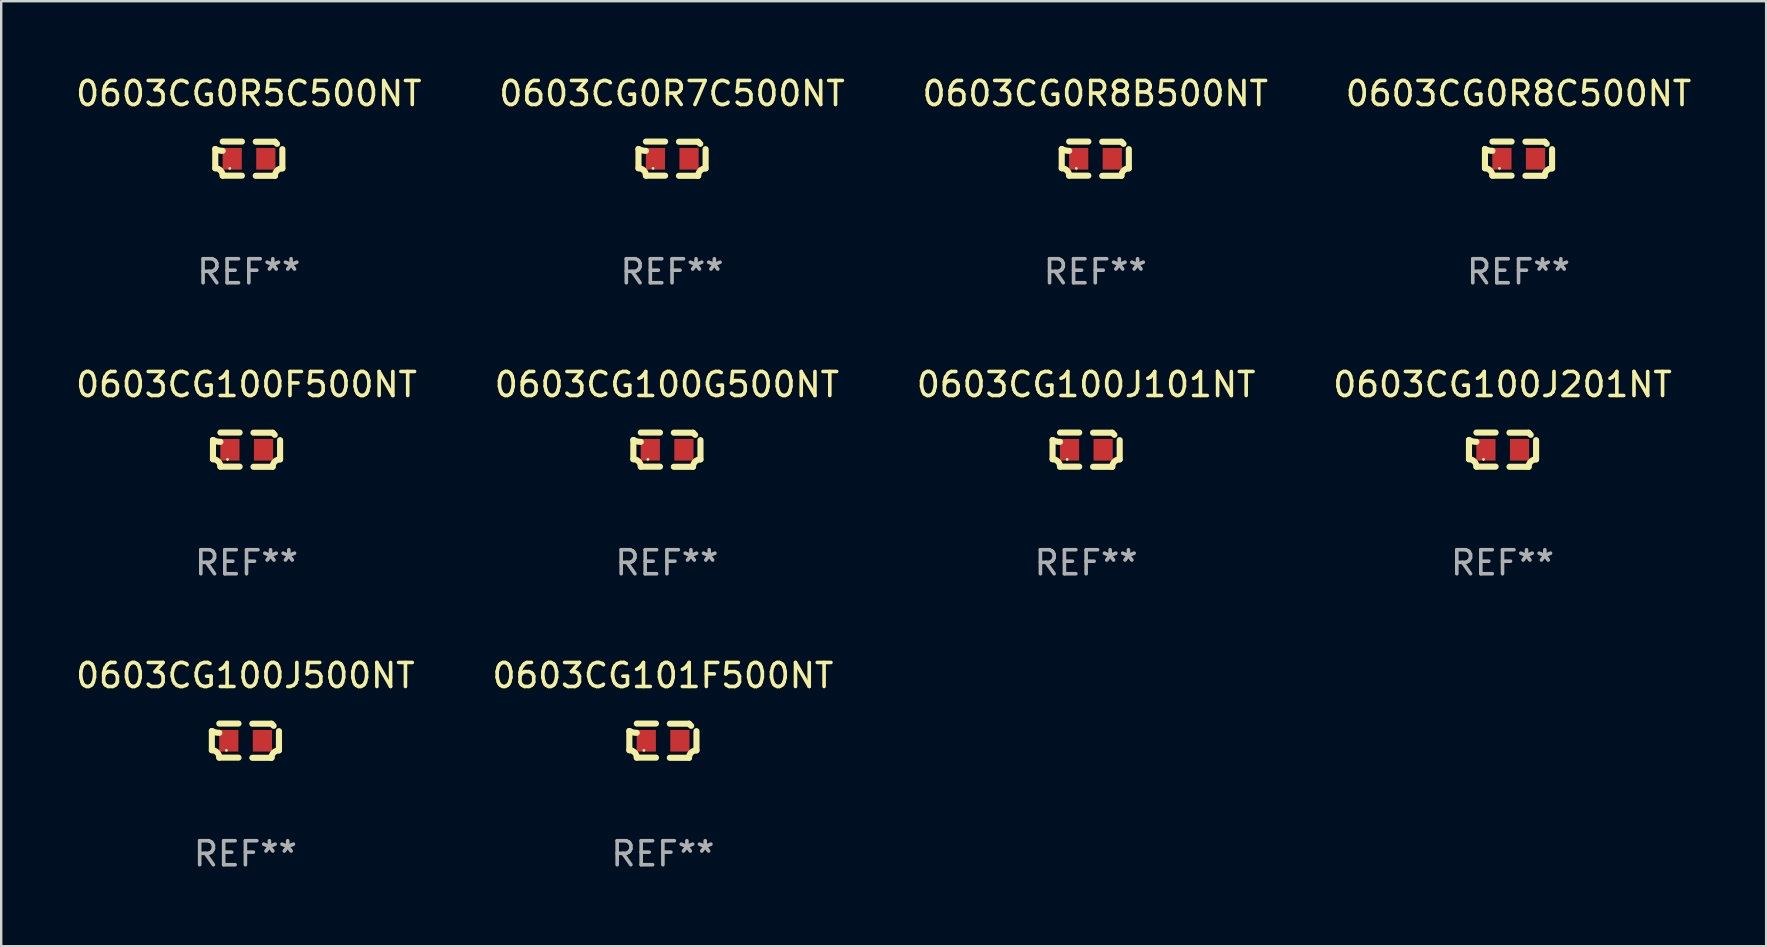
<source format=kicad_pcb>
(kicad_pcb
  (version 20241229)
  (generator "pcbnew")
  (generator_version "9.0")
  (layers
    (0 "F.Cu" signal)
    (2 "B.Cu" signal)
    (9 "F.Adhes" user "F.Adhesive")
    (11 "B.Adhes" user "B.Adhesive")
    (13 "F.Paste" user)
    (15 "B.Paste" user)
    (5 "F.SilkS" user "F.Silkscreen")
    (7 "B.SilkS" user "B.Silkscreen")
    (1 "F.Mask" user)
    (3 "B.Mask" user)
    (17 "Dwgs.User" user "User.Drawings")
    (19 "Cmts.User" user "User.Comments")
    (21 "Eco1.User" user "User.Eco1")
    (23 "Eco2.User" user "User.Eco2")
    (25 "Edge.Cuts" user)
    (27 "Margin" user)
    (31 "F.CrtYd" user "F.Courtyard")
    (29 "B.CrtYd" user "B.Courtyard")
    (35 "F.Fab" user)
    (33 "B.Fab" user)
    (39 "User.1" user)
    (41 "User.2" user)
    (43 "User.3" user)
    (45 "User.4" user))
  (footprint "0603CG100J500NT"
    (layer "F.Cu")
    (at 7.173 27.805)
    (property "Reference" "0603CG100J500NT" (at 0 -2.713 0) (layer "F.SilkS") (effects (font (size 1 1) (thickness 0.15))))
    (attr through_hole)
    (fp_line (start -1.398 -0.403) (end -1.398 0.397) (stroke (width 0.254) (type solid)) (layer "F.SilkS"))
    (fp_line (start -0.288 -0.713) (end -1.088 -0.713) (stroke (width 0.254) (type solid)) (layer "F.SilkS"))
    (fp_line (start -0.288 0.707) (end -1.088 0.707) (stroke (width 0.254) (type solid)) (layer "F.SilkS"))
    (fp_line (start 0.288 -0.707) (end 1.088 -0.707) (stroke (width 0.254) (type solid)) (layer "F.SilkS"))
    (fp_line (start 0.288 0.713) (end 1.088 0.713) (stroke (width 0.254) (type solid)) (layer "F.SilkS"))
    (fp_line (start 1.398 -0.397) (end 1.398 0.403) (stroke (width 0.254) (type solid)) (layer "F.SilkS"))
    (fp_arc (start -1.397789 0.397066) (mid -1.178701 0.487826) (end -1.08796 0.706922) (stroke (width 0.254001) (type solid)) (layer "F.SilkS"))
    (fp_arc (start -1.08796 -0.327176) (mid -1.247436 -0.346384) (end -1.39779 -0.402908) (stroke (width 0.254001) (type solid)) (layer "F.SilkS"))
    (fp_arc (start 1.087909 0.712738) (mid 1.178656 0.493655) (end 1.397739 0.402908) (stroke (width 0.254001) (type solid)) (layer "F.SilkS"))
    (fp_arc (start 1.175925 -0.618926) (mid 1.131917 -0.662923) (end 1.08791 -0.706922) (stroke (width 0.254001) (type solid)) (layer "F.SilkS"))
    (fp_circle (center -0.792 0.403) (end -0.762 0.403) (stroke (width 0.06) (type solid)) (fill no) (layer "F.SilkS"))
    (fp_text user "REF**" (at 0 4.713 0) (layer "F.Fab") (effects (font (size 1 1) (thickness 0.15))))
    (pad "1" smd rect (at -0.692 0.003) (size 0.8 0.9) (layers "F.Cu" "F.Mask" "F.Paste"))
    (pad "2" smd rect (at 0.708 0.003) (size 0.8 0.9) (layers "F.Cu" "F.Mask" "F.Paste")))
  (footprint "0603CG100J201NT"
    (layer "F.Cu")
    (at 59.542 15.683)
    (property "Reference" "0603CG100J201NT" (at 0 -2.713 0) (layer "F.SilkS") (effects (font (size 1 1) (thickness 0.15))))
    (attr through_hole)
    (fp_line (start -1.398 -0.403) (end -1.398 0.397) (stroke (width 0.254) (type solid)) (layer "F.SilkS"))
    (fp_line (start -0.288 -0.713) (end -1.088 -0.713) (stroke (width 0.254) (type solid)) (layer "F.SilkS"))
    (fp_line (start -0.288 0.707) (end -1.088 0.707) (stroke (width 0.254) (type solid)) (layer "F.SilkS"))
    (fp_line (start 0.288 -0.707) (end 1.088 -0.707) (stroke (width 0.254) (type solid)) (layer "F.SilkS"))
    (fp_line (start 0.288 0.713) (end 1.088 0.713) (stroke (width 0.254) (type solid)) (layer "F.SilkS"))
    (fp_line (start 1.398 -0.397) (end 1.398 0.403) (stroke (width 0.254) (type solid)) (layer "F.SilkS"))
    (fp_arc (start -1.397789 0.397066) (mid -1.178701 0.487826) (end -1.08796 0.706922) (stroke (width 0.254001) (type solid)) (layer "F.SilkS"))
    (fp_arc (start -1.08796 -0.327176) (mid -1.247436 -0.346384) (end -1.39779 -0.402908) (stroke (width 0.254001) (type solid)) (layer "F.SilkS"))
    (fp_arc (start 1.087909 0.712738) (mid 1.178656 0.493655) (end 1.397739 0.402908) (stroke (width 0.254001) (type solid)) (layer "F.SilkS"))
    (fp_arc (start 1.175925 -0.618926) (mid 1.131917 -0.662923) (end 1.08791 -0.706922) (stroke (width 0.254001) (type solid)) (layer "F.SilkS"))
    (fp_circle (center -0.792 0.403) (end -0.762 0.403) (stroke (width 0.06) (type solid)) (fill no) (layer "F.SilkS"))
    (fp_text user "REF**" (at 0 4.713 0) (layer "F.Fab") (effects (font (size 1 1) (thickness 0.15))))
    (pad "1" smd rect (at -0.692 0.003) (size 0.8 0.9) (layers "F.Cu" "F.Mask" "F.Paste"))
    (pad "2" smd rect (at 0.708 0.003) (size 0.8 0.9) (layers "F.Cu" "F.Mask" "F.Paste")))
  (footprint "0603CG0R5C500NT"
    (layer "F.Cu")
    (at 7.315 3.561)
    (property "Reference" "0603CG0R5C500NT" (at 0 -2.713 0) (layer "F.SilkS") (effects (font (size 1 1) (thickness 0.15))))
    (attr through_hole)
    (fp_line (start -1.398 -0.403) (end -1.398 0.397) (stroke (width 0.254) (type solid)) (layer "F.SilkS"))
    (fp_line (start -0.288 -0.713) (end -1.088 -0.713) (stroke (width 0.254) (type solid)) (layer "F.SilkS"))
    (fp_line (start -0.288 0.707) (end -1.088 0.707) (stroke (width 0.254) (type solid)) (layer "F.SilkS"))
    (fp_line (start 0.288 -0.707) (end 1.088 -0.707) (stroke (width 0.254) (type solid)) (layer "F.SilkS"))
    (fp_line (start 0.288 0.713) (end 1.088 0.713) (stroke (width 0.254) (type solid)) (layer "F.SilkS"))
    (fp_line (start 1.398 -0.397) (end 1.398 0.403) (stroke (width 0.254) (type solid)) (layer "F.SilkS"))
    (fp_arc (start -1.397789 0.397066) (mid -1.178701 0.487826) (end -1.08796 0.706922) (stroke (width 0.254001) (type solid)) (layer "F.SilkS"))
    (fp_arc (start -1.08796 -0.327176) (mid -1.247436 -0.346384) (end -1.39779 -0.402908) (stroke (width 0.254001) (type solid)) (layer "F.SilkS"))
    (fp_arc (start 1.087909 0.712738) (mid 1.178656 0.493655) (end 1.397739 0.402908) (stroke (width 0.254001) (type solid)) (layer "F.SilkS"))
    (fp_arc (start 1.175925 -0.618926) (mid 1.131917 -0.662923) (end 1.08791 -0.706922) (stroke (width 0.254001) (type solid)) (layer "F.SilkS"))
    (fp_circle (center -0.792 0.403) (end -0.762 0.403) (stroke (width 0.06) (type solid)) (fill no) (layer "F.SilkS"))
    (fp_text user "REF**" (at 0 4.713 0) (layer "F.Fab") (effects (font (size 1 1) (thickness 0.15))))
    (pad "1" smd rect (at -0.692 0.003) (size 0.8 0.9) (layers "F.Cu" "F.Mask" "F.Paste"))
    (pad "2" smd rect (at 0.708 0.003) (size 0.8 0.9) (layers "F.Cu" "F.Mask" "F.Paste")))
  (footprint "0603CG0R8C500NT"
    (layer "F.Cu")
    (at 60.208 3.561)
    (property "Reference" "0603CG0R8C500NT" (at 0 -2.713 0) (layer "F.SilkS") (effects (font (size 1 1) (thickness 0.15))))
    (attr through_hole)
    (fp_line (start -1.398 -0.403) (end -1.398 0.397) (stroke (width 0.254) (type solid)) (layer "F.SilkS"))
    (fp_line (start -0.288 -0.713) (end -1.088 -0.713) (stroke (width 0.254) (type solid)) (layer "F.SilkS"))
    (fp_line (start -0.288 0.707) (end -1.088 0.707) (stroke (width 0.254) (type solid)) (layer "F.SilkS"))
    (fp_line (start 0.288 -0.707) (end 1.088 -0.707) (stroke (width 0.254) (type solid)) (layer "F.SilkS"))
    (fp_line (start 0.288 0.713) (end 1.088 0.713) (stroke (width 0.254) (type solid)) (layer "F.SilkS"))
    (fp_line (start 1.398 -0.397) (end 1.398 0.403) (stroke (width 0.254) (type solid)) (layer "F.SilkS"))
    (fp_arc (start -1.397789 0.397066) (mid -1.178701 0.487826) (end -1.08796 0.706922) (stroke (width 0.254001) (type solid)) (layer "F.SilkS"))
    (fp_arc (start -1.08796 -0.327176) (mid -1.247436 -0.346384) (end -1.39779 -0.402908) (stroke (width 0.254001) (type solid)) (layer "F.SilkS"))
    (fp_arc (start 1.087909 0.712738) (mid 1.178656 0.493655) (end 1.397739 0.402908) (stroke (width 0.254001) (type solid)) (layer "F.SilkS"))
    (fp_arc (start 1.175925 -0.618926) (mid 1.131917 -0.662923) (end 1.08791 -0.706922) (stroke (width 0.254001) (type solid)) (layer "F.SilkS"))
    (fp_circle (center -0.792 0.403) (end -0.762 0.403) (stroke (width 0.06) (type solid)) (fill no) (layer "F.SilkS"))
    (fp_text user "REF**" (at 0 4.713 0) (layer "F.Fab") (effects (font (size 1 1) (thickness 0.15))))
    (pad "1" smd rect (at -0.692 0.003) (size 0.8 0.9) (layers "F.Cu" "F.Mask" "F.Paste"))
    (pad "2" smd rect (at 0.708 0.003) (size 0.8 0.9) (layers "F.Cu" "F.Mask" "F.Paste")))
  (footprint "0603CG101F500NT"
    (layer "F.Cu")
    (at 24.565 27.805)
    (property "Reference" "0603CG101F500NT" (at 0 -2.713 0) (layer "F.SilkS") (effects (font (size 1 1) (thickness 0.15))))
    (attr through_hole)
    (fp_line (start -1.398 -0.403) (end -1.398 0.397) (stroke (width 0.254) (type solid)) (layer "F.SilkS"))
    (fp_line (start -0.288 -0.713) (end -1.088 -0.713) (stroke (width 0.254) (type solid)) (layer "F.SilkS"))
    (fp_line (start -0.288 0.707) (end -1.088 0.707) (stroke (width 0.254) (type solid)) (layer "F.SilkS"))
    (fp_line (start 0.288 -0.707) (end 1.088 -0.707) (stroke (width 0.254) (type solid)) (layer "F.SilkS"))
    (fp_line (start 0.288 0.713) (end 1.088 0.713) (stroke (width 0.254) (type solid)) (layer "F.SilkS"))
    (fp_line (start 1.398 -0.397) (end 1.398 0.403) (stroke (width 0.254) (type solid)) (layer "F.SilkS"))
    (fp_arc (start -1.397789 0.397066) (mid -1.178701 0.487826) (end -1.08796 0.706922) (stroke (width 0.254001) (type solid)) (layer "F.SilkS"))
    (fp_arc (start -1.08796 -0.327176) (mid -1.247436 -0.346384) (end -1.39779 -0.402908) (stroke (width 0.254001) (type solid)) (layer "F.SilkS"))
    (fp_arc (start 1.087909 0.712738) (mid 1.178656 0.493655) (end 1.397739 0.402908) (stroke (width 0.254001) (type solid)) (layer "F.SilkS"))
    (fp_arc (start 1.175925 -0.618926) (mid 1.131917 -0.662923) (end 1.08791 -0.706922) (stroke (width 0.254001) (type solid)) (layer "F.SilkS"))
    (fp_circle (center -0.792 0.403) (end -0.762 0.403) (stroke (width 0.06) (type solid)) (fill no) (layer "F.SilkS"))
    (fp_text user "REF**" (at 0 4.713 0) (layer "F.Fab") (effects (font (size 1 1) (thickness 0.15))))
    (pad "1" smd rect (at -0.692 0.003) (size 0.8 0.9) (layers "F.Cu" "F.Mask" "F.Paste"))
    (pad "2" smd rect (at 0.708 0.003) (size 0.8 0.9) (layers "F.Cu" "F.Mask" "F.Paste")))
  (footprint "0603CG0R7C500NT"
    (layer "F.Cu")
    (at 24.946 3.561)
    (property "Reference" "0603CG0R7C500NT" (at 0 -2.713 0) (layer "F.SilkS") (effects (font (size 1 1) (thickness 0.15))))
    (attr through_hole)
    (fp_line (start -1.398 -0.403) (end -1.398 0.397) (stroke (width 0.254) (type solid)) (layer "F.SilkS"))
    (fp_line (start -0.288 -0.713) (end -1.088 -0.713) (stroke (width 0.254) (type solid)) (layer "F.SilkS"))
    (fp_line (start -0.288 0.707) (end -1.088 0.707) (stroke (width 0.254) (type solid)) (layer "F.SilkS"))
    (fp_line (start 0.288 -0.707) (end 1.088 -0.707) (stroke (width 0.254) (type solid)) (layer "F.SilkS"))
    (fp_line (start 0.288 0.713) (end 1.088 0.713) (stroke (width 0.254) (type solid)) (layer "F.SilkS"))
    (fp_line (start 1.398 -0.397) (end 1.398 0.403) (stroke (width 0.254) (type solid)) (layer "F.SilkS"))
    (fp_arc (start -1.397789 0.397066) (mid -1.178701 0.487826) (end -1.08796 0.706922) (stroke (width 0.254001) (type solid)) (layer "F.SilkS"))
    (fp_arc (start -1.08796 -0.327176) (mid -1.247436 -0.346384) (end -1.39779 -0.402908) (stroke (width 0.254001) (type solid)) (layer "F.SilkS"))
    (fp_arc (start 1.087909 0.712738) (mid 1.178656 0.493655) (end 1.397739 0.402908) (stroke (width 0.254001) (type solid)) (layer "F.SilkS"))
    (fp_arc (start 1.175925 -0.618926) (mid 1.131917 -0.662923) (end 1.08791 -0.706922) (stroke (width 0.254001) (type solid)) (layer "F.SilkS"))
    (fp_circle (center -0.792 0.403) (end -0.762 0.403) (stroke (width 0.06) (type solid)) (fill no) (layer "F.SilkS"))
    (fp_text user "REF**" (at 0 4.713 0) (layer "F.Fab") (effects (font (size 1 1) (thickness 0.15))))
    (pad "1" smd rect (at -0.692 0.003) (size 0.8 0.9) (layers "F.Cu" "F.Mask" "F.Paste"))
    (pad "2" smd rect (at 0.708 0.003) (size 0.8 0.9) (layers "F.Cu" "F.Mask" "F.Paste")))
  (footprint "0603CG100G500NT"
    (layer "F.Cu")
    (at 24.732 15.683)
    (property "Reference" "0603CG100G500NT" (at 0 -2.713 0) (layer "F.SilkS") (effects (font (size 1 1) (thickness 0.15))))
    (attr through_hole)
    (fp_line (start -1.398 -0.403) (end -1.398 0.397) (stroke (width 0.254) (type solid)) (layer "F.SilkS"))
    (fp_line (start -0.288 -0.713) (end -1.088 -0.713) (stroke (width 0.254) (type solid)) (layer "F.SilkS"))
    (fp_line (start -0.288 0.707) (end -1.088 0.707) (stroke (width 0.254) (type solid)) (layer "F.SilkS"))
    (fp_line (start 0.288 -0.707) (end 1.088 -0.707) (stroke (width 0.254) (type solid)) (layer "F.SilkS"))
    (fp_line (start 0.288 0.713) (end 1.088 0.713) (stroke (width 0.254) (type solid)) (layer "F.SilkS"))
    (fp_line (start 1.398 -0.397) (end 1.398 0.403) (stroke (width 0.254) (type solid)) (layer "F.SilkS"))
    (fp_arc (start -1.397789 0.397066) (mid -1.178701 0.487826) (end -1.08796 0.706922) (stroke (width 0.254001) (type solid)) (layer "F.SilkS"))
    (fp_arc (start -1.08796 -0.327176) (mid -1.247436 -0.346384) (end -1.39779 -0.402908) (stroke (width 0.254001) (type solid)) (layer "F.SilkS"))
    (fp_arc (start 1.087909 0.712738) (mid 1.178656 0.493655) (end 1.397739 0.402908) (stroke (width 0.254001) (type solid)) (layer "F.SilkS"))
    (fp_arc (start 1.175925 -0.618926) (mid 1.131917 -0.662923) (end 1.08791 -0.706922) (stroke (width 0.254001) (type solid)) (layer "F.SilkS"))
    (fp_circle (center -0.792 0.403) (end -0.762 0.403) (stroke (width 0.06) (type solid)) (fill no) (layer "F.SilkS"))
    (fp_text user "REF**" (at 0 4.713 0) (layer "F.Fab") (effects (font (size 1 1) (thickness 0.15))))
    (pad "1" smd rect (at -0.692 0.003) (size 0.8 0.9) (layers "F.Cu" "F.Mask" "F.Paste"))
    (pad "2" smd rect (at 0.708 0.003) (size 0.8 0.9) (layers "F.Cu" "F.Mask" "F.Paste")))
  (footprint "0603CG100J101NT"
    (layer "F.Cu")
    (at 42.196 15.683)
    (property "Reference" "0603CG100J101NT" (at 0 -2.713 0) (layer "F.SilkS") (effects (font (size 1 1) (thickness 0.15))))
    (attr through_hole)
    (fp_line (start -1.398 -0.403) (end -1.398 0.397) (stroke (width 0.254) (type solid)) (layer "F.SilkS"))
    (fp_line (start -0.288 -0.713) (end -1.088 -0.713) (stroke (width 0.254) (type solid)) (layer "F.SilkS"))
    (fp_line (start -0.288 0.707) (end -1.088 0.707) (stroke (width 0.254) (type solid)) (layer "F.SilkS"))
    (fp_line (start 0.288 -0.707) (end 1.088 -0.707) (stroke (width 0.254) (type solid)) (layer "F.SilkS"))
    (fp_line (start 0.288 0.713) (end 1.088 0.713) (stroke (width 0.254) (type solid)) (layer "F.SilkS"))
    (fp_line (start 1.398 -0.397) (end 1.398 0.403) (stroke (width 0.254) (type solid)) (layer "F.SilkS"))
    (fp_arc (start -1.397789 0.397066) (mid -1.178701 0.487826) (end -1.08796 0.706922) (stroke (width 0.254001) (type solid)) (layer "F.SilkS"))
    (fp_arc (start -1.08796 -0.327176) (mid -1.247436 -0.346384) (end -1.39779 -0.402908) (stroke (width 0.254001) (type solid)) (layer "F.SilkS"))
    (fp_arc (start 1.087909 0.712738) (mid 1.178656 0.493655) (end 1.397739 0.402908) (stroke (width 0.254001) (type solid)) (layer "F.SilkS"))
    (fp_arc (start 1.175925 -0.618926) (mid 1.131917 -0.662923) (end 1.08791 -0.706922) (stroke (width 0.254001) (type solid)) (layer "F.SilkS"))
    (fp_circle (center -0.792 0.403) (end -0.762 0.403) (stroke (width 0.06) (type solid)) (fill no) (layer "F.SilkS"))
    (fp_text user "REF**" (at 0 4.713 0) (layer "F.Fab") (effects (font (size 1 1) (thickness 0.15))))
    (pad "1" smd rect (at -0.692 0.003) (size 0.8 0.9) (layers "F.Cu" "F.Mask" "F.Paste"))
    (pad "2" smd rect (at 0.708 0.003) (size 0.8 0.9) (layers "F.Cu" "F.Mask" "F.Paste")))
  (footprint "0603CG100F500NT"
    (layer "F.Cu")
    (at 7.22 15.683)
    (property "Reference" "0603CG100F500NT" (at 0 -2.713 0) (layer "F.SilkS") (effects (font (size 1 1) (thickness 0.15))))
    (attr through_hole)
    (fp_line (start -1.398 -0.403) (end -1.398 0.397) (stroke (width 0.254) (type solid)) (layer "F.SilkS"))
    (fp_line (start -0.288 -0.713) (end -1.088 -0.713) (stroke (width 0.254) (type solid)) (layer "F.SilkS"))
    (fp_line (start -0.288 0.707) (end -1.088 0.707) (stroke (width 0.254) (type solid)) (layer "F.SilkS"))
    (fp_line (start 0.288 -0.707) (end 1.088 -0.707) (stroke (width 0.254) (type solid)) (layer "F.SilkS"))
    (fp_line (start 0.288 0.713) (end 1.088 0.713) (stroke (width 0.254) (type solid)) (layer "F.SilkS"))
    (fp_line (start 1.398 -0.397) (end 1.398 0.403) (stroke (width 0.254) (type solid)) (layer "F.SilkS"))
    (fp_arc (start -1.397789 0.397066) (mid -1.178701 0.487826) (end -1.08796 0.706922) (stroke (width 0.254001) (type solid)) (layer "F.SilkS"))
    (fp_arc (start -1.08796 -0.327176) (mid -1.247436 -0.346384) (end -1.39779 -0.402908) (stroke (width 0.254001) (type solid)) (layer "F.SilkS"))
    (fp_arc (start 1.087909 0.712738) (mid 1.178656 0.493655) (end 1.397739 0.402908) (stroke (width 0.254001) (type solid)) (layer "F.SilkS"))
    (fp_arc (start 1.175925 -0.618926) (mid 1.131917 -0.662923) (end 1.08791 -0.706922) (stroke (width 0.254001) (type solid)) (layer "F.SilkS"))
    (fp_circle (center -0.792 0.403) (end -0.762 0.403) (stroke (width 0.06) (type solid)) (fill no) (layer "F.SilkS"))
    (fp_text user "REF**" (at 0 4.713 0) (layer "F.Fab") (effects (font (size 1 1) (thickness 0.15))))
    (pad "1" smd rect (at -0.692 0.003) (size 0.8 0.9) (layers "F.Cu" "F.Mask" "F.Paste"))
    (pad "2" smd rect (at 0.708 0.003) (size 0.8 0.9) (layers "F.Cu" "F.Mask" "F.Paste")))
  (footprint "0603CG0R8B500NT"
    (layer "F.Cu")
    (at 42.577 3.561)
    (property "Reference" "0603CG0R8B500NT" (at 0 -2.713 0) (layer "F.SilkS") (effects (font (size 1 1) (thickness 0.15))))
    (attr through_hole)
    (fp_line (start -1.398 -0.403) (end -1.398 0.397) (stroke (width 0.254) (type solid)) (layer "F.SilkS"))
    (fp_line (start -0.288 -0.713) (end -1.088 -0.713) (stroke (width 0.254) (type solid)) (layer "F.SilkS"))
    (fp_line (start -0.288 0.707) (end -1.088 0.707) (stroke (width 0.254) (type solid)) (layer "F.SilkS"))
    (fp_line (start 0.288 -0.707) (end 1.088 -0.707) (stroke (width 0.254) (type solid)) (layer "F.SilkS"))
    (fp_line (start 0.288 0.713) (end 1.088 0.713) (stroke (width 0.254) (type solid)) (layer "F.SilkS"))
    (fp_line (start 1.398 -0.397) (end 1.398 0.403) (stroke (width 0.254) (type solid)) (layer "F.SilkS"))
    (fp_arc (start -1.397789 0.397066) (mid -1.178701 0.487826) (end -1.08796 0.706922) (stroke (width 0.254001) (type solid)) (layer "F.SilkS"))
    (fp_arc (start -1.08796 -0.327176) (mid -1.247436 -0.346384) (end -1.39779 -0.402908) (stroke (width 0.254001) (type solid)) (layer "F.SilkS"))
    (fp_arc (start 1.087909 0.712738) (mid 1.178656 0.493655) (end 1.397739 0.402908) (stroke (width 0.254001) (type solid)) (layer "F.SilkS"))
    (fp_arc (start 1.175925 -0.618926) (mid 1.131917 -0.662923) (end 1.08791 -0.706922) (stroke (width 0.254001) (type solid)) (layer "F.SilkS"))
    (fp_circle (center -0.792 0.403) (end -0.762 0.403) (stroke (width 0.06) (type solid)) (fill no) (layer "F.SilkS"))
    (fp_text user "REF**" (at 0 4.713 0) (layer "F.Fab") (effects (font (size 1 1) (thickness 0.15))))
    (pad "1" smd rect (at -0.692 0.003) (size 0.8 0.9) (layers "F.Cu" "F.Mask" "F.Paste"))
    (pad "2" smd rect (at 0.708 0.003) (size 0.8 0.9) (layers "F.Cu" "F.Mask" "F.Paste")))
  (gr_rect
    (start -3 -3)
    (end 70.524 36.366)
    (stroke (width 0.1) (type default))
    (fill no)
    (layer "Edge.Cuts")))
</source>
